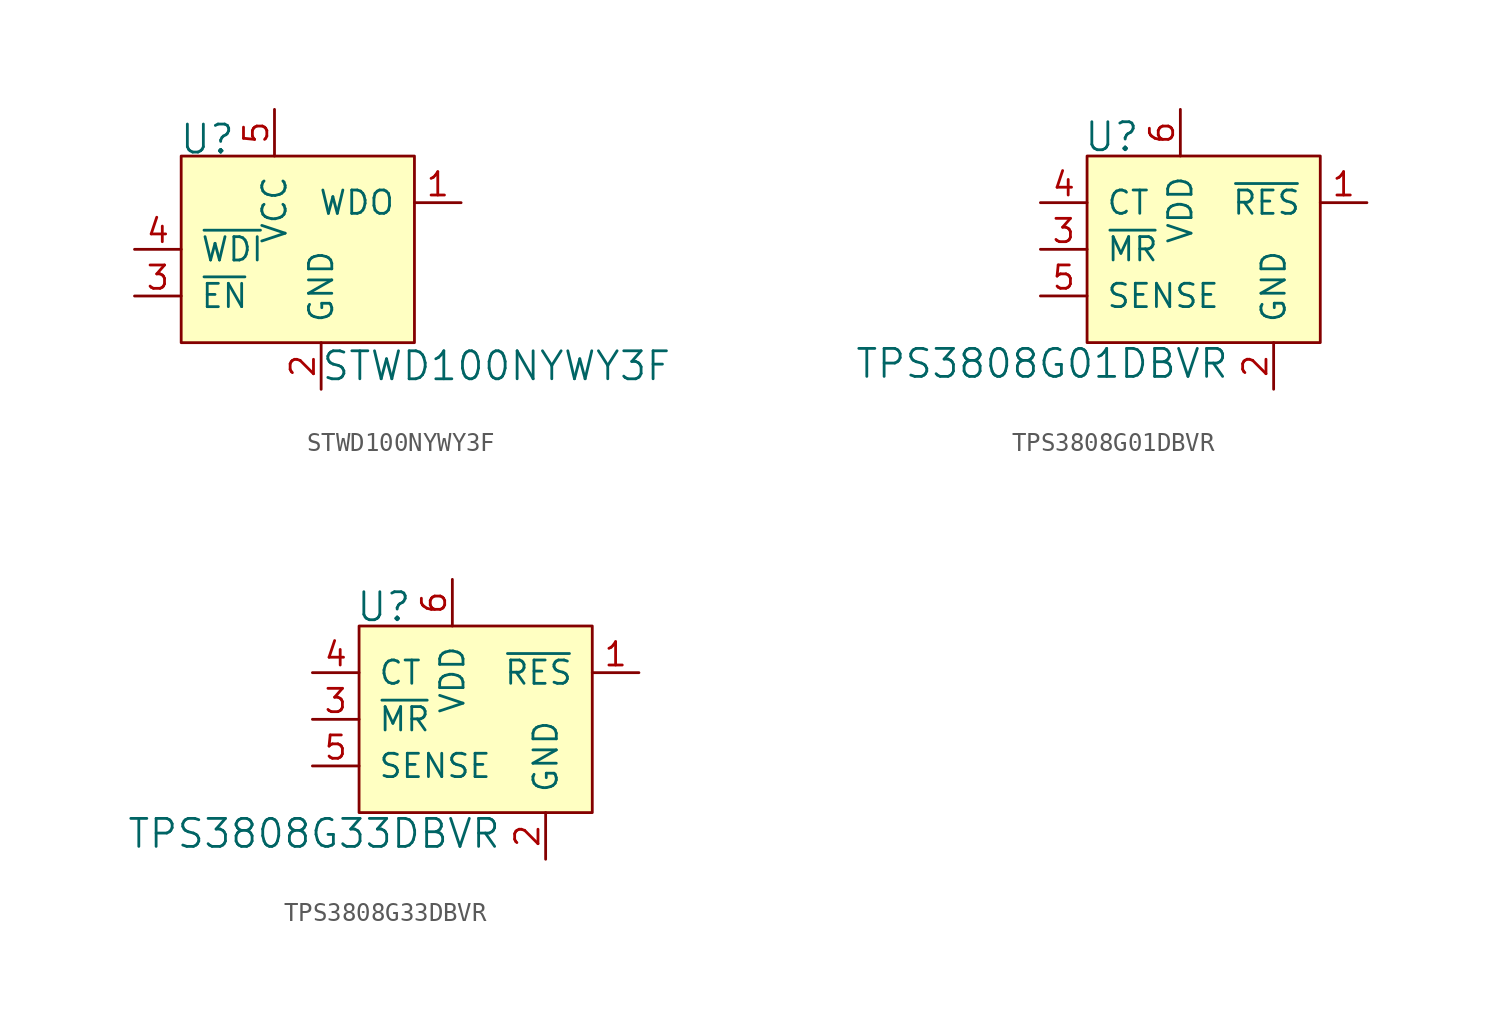
<source format=kicad_sym>
(kicad_symbol_lib
  (version 20220914)
  (generator kicad_symbol_editor)
  (symbol "STWD100NYWY3F"
    (pin_names
      (offset 1.016))
    (property "Reference" "U"
      (at -5.207 0.914 0)
      (effects (font (size 1.524 1.524)) (justify left)))
    (property "Value" "STWD100NYWY3F"
      (at 2.515 -11.43 0)
      (effects (font (size 1.524 1.524)) (justify left)))
    (symbol "STWD100NYWY3F_0_1"
      (rectangle (start -5.08 0) (end 7.62 -10.16) (stroke (width 0) (type default)) (fill (type background))))
    (symbol "STWD100NYWY3F_1_1"
      (pin output line (at 10.16 -2.54 180) (length 2.54) (name "WDO" (effects (font (size 1.27 1.27)))) (number "1" (effects (font (size 1.27 1.27)))))
      (pin power_in line (at 2.54 -12.7 90) (length 2.54) (name "GND" (effects (font (size 1.27 1.27)))) (number "2" (effects (font (size 1.27 1.27)))))
      (pin input line (at -7.62 -7.62 0) (length 2.54) (name "~{EN}" (effects (font (size 1.27 1.27)))) (number "3" (effects (font (size 1.27 1.27)))))
      (pin input line (at -7.62 -5.08 0) (length 2.54) (name "~{WDI}" (effects (font (size 1.27 1.27)))) (number "4" (effects (font (size 1.27 1.27)))))
      (pin power_in line (at 0 2.54 270) (length 2.54) (name "VCC" (effects (font (size 1.27 1.27)))) (number "5" (effects (font (size 1.27 1.27)))))))
  (symbol "TPS3808G01DBVR"
    (pin_names
      (offset 1.016))
    (property "Reference" "U"
      (at -5.283 3.581 0)
      (effects (font (size 1.524 1.524)) (justify left)))
    (property "Value" "TPS3808G01DBVR"
      (at 2.692 -8.763 0)
      (effects (font (size 1.524 1.524)) (justify right)))
    (symbol "TPS3808G01DBVR_0_1"
      (rectangle (start -5.08 2.54) (end 7.62 -7.62) (stroke (width 0) (type default)) (fill (type background))))
    (symbol "TPS3808G01DBVR_1_1"
      (pin output line (at 10.16 0 180) (length 2.54) (name "~{RES}" (effects (font (size 1.27 1.27)))) (number "1" (effects (font (size 1.27 1.27)))))
      (pin power_in line (at 5.08 -10.16 90) (length 2.54) (name "GND" (effects (font (size 1.27 1.27)))) (number "2" (effects (font (size 1.27 1.27)))))
      (pin input line (at -7.62 -2.54 0) (length 2.54) (name "~{MR}" (effects (font (size 1.27 1.27)))) (number "3" (effects (font (size 1.27 1.27)))))
      (pin input line (at -7.62 0 0) (length 2.54) (name "CT" (effects (font (size 1.27 1.27)))) (number "4" (effects (font (size 1.27 1.27)))))
      (pin input line (at -7.62 -5.08 0) (length 2.54) (name "SENSE" (effects (font (size 1.27 1.27)))) (number "5" (effects (font (size 1.27 1.27)))))
      (pin power_in line (at 0 5.08 270) (length 2.54) (name "VDD" (effects (font (size 1.27 1.27)))) (number "6" (effects (font (size 1.27 1.27)))))))
  (symbol "TPS3808G33DBVR"
    (pin_names
      (offset 1.016))
    (property "Reference" "U"
      (at -5.283 3.581 0)
      (effects (font (size 1.524 1.524)) (justify left)))
    (property "Value" "TPS3808G33DBVR"
      (at 2.692 -8.763 0)
      (effects (font (size 1.524 1.524)) (justify right)))
    (symbol "TPS3808G33DBVR_0_1"
      (rectangle (start -5.08 2.54) (end 7.62 -7.62) (stroke (width 0) (type default)) (fill (type background))))
    (symbol "TPS3808G33DBVR_1_1"
      (pin output line (at 10.16 0 180) (length 2.54) (name "~{RES}" (effects (font (size 1.27 1.27)))) (number "1" (effects (font (size 1.27 1.27)))))
      (pin power_in line (at 5.08 -10.16 90) (length 2.54) (name "GND" (effects (font (size 1.27 1.27)))) (number "2" (effects (font (size 1.27 1.27)))))
      (pin input line (at -7.62 -2.54 0) (length 2.54) (name "~{MR}" (effects (font (size 1.27 1.27)))) (number "3" (effects (font (size 1.27 1.27)))))
      (pin input line (at -7.62 0 0) (length 2.54) (name "CT" (effects (font (size 1.27 1.27)))) (number "4" (effects (font (size 1.27 1.27)))))
      (pin input line (at -7.62 -5.08 0) (length 2.54) (name "SENSE" (effects (font (size 1.27 1.27)))) (number "5" (effects (font (size 1.27 1.27)))))
      (pin power_in line (at 0 5.08 270) (length 2.54) (name "VDD" (effects (font (size 1.27 1.27)))) (number "6" (effects (font (size 1.27 1.27))))))))
</source>
